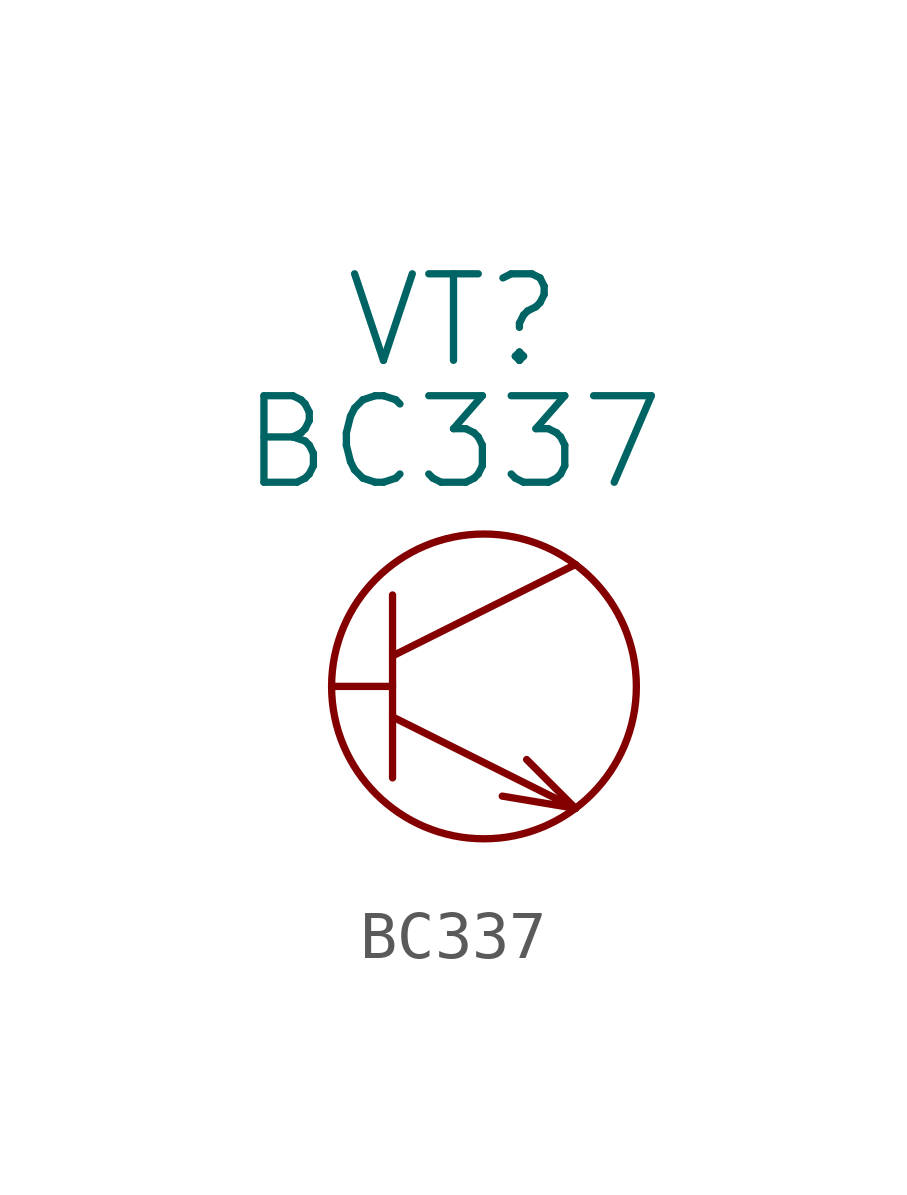
<source format=kicad_sym>
(kicad_symbol_lib
  (version 20211014)
  (generator kicad_symbol_editor)
  (symbol "BC337"
    (pin_numbers hide)
    (pin_names
      (offset 0))
    (property "Reference" "VT"
      (at 2.54 7.62 0)
      (effects (font (size 1.803 1.803))))
    (property "Value" "BC337"
      (at 2.54 5.08 0)
      (effects (font (size 1.803 1.803))))
    (property "Footprint" ""
      (at 0 0 0)
      (effects (font (size 1.524 1.524))))
    (property "Datasheet" ""
      (at 0 0 0)
      (effects (font (size 1.524 1.524))))
    (symbol "BC337_0_1"
      (polyline (pts (xy 1.27 0) (xy 0 0)) (stroke (width 0) (type default) (color 0 0 0 0)) (fill (type none)))
      (polyline (pts (xy 1.27 0.635) (xy 5.08 2.54)) (stroke (width 0) (type default) (color 0 0 0 0)) (fill (type none)))
      (polyline (pts (xy 1.27 1.905) (xy 1.27 -1.905)) (stroke (width 0) (type default) (color 0 0 0 0)) (fill (type none)))
      (polyline (pts (xy 5.08 -2.54) (xy 1.27 -0.635)) (stroke (width 0) (type default) (color 0 0 0 0)) (fill (type none)))
      (polyline (pts (xy 5.08 -2.54) (xy 3.556 -2.286)) (stroke (width 0) (type default) (color 0 0 0 0)) (fill (type none)))
      (polyline (pts (xy 5.08 -2.54) (xy 4.064 -1.524)) (stroke (width 0) (type default) (color 0 0 0 0)) (fill (type none)))
      (circle (center 3.175 0) (radius 3.175) (stroke (width 0) (type default) (color 0 0 0 0)) (fill (type none))))
    (symbol "BC337_1_1"
      (pin input line (at 5.08 2.54 180) (length 0) (name "~" (effects (font (size 1.27 1.27)))) (number "1" (effects (font (size 1.27 1.27)))))
      (pin input line (at 0 0 0) (length 0) (name "~" (effects (font (size 1.27 1.27)))) (number "2" (effects (font (size 1.27 1.27)))))
      (pin output line (at 5.08 -2.54 180) (length 0) (name "~" (effects (font (size 1.27 1.27)))) (number "3" (effects (font (size 1.27 1.27))))))))
</source>
